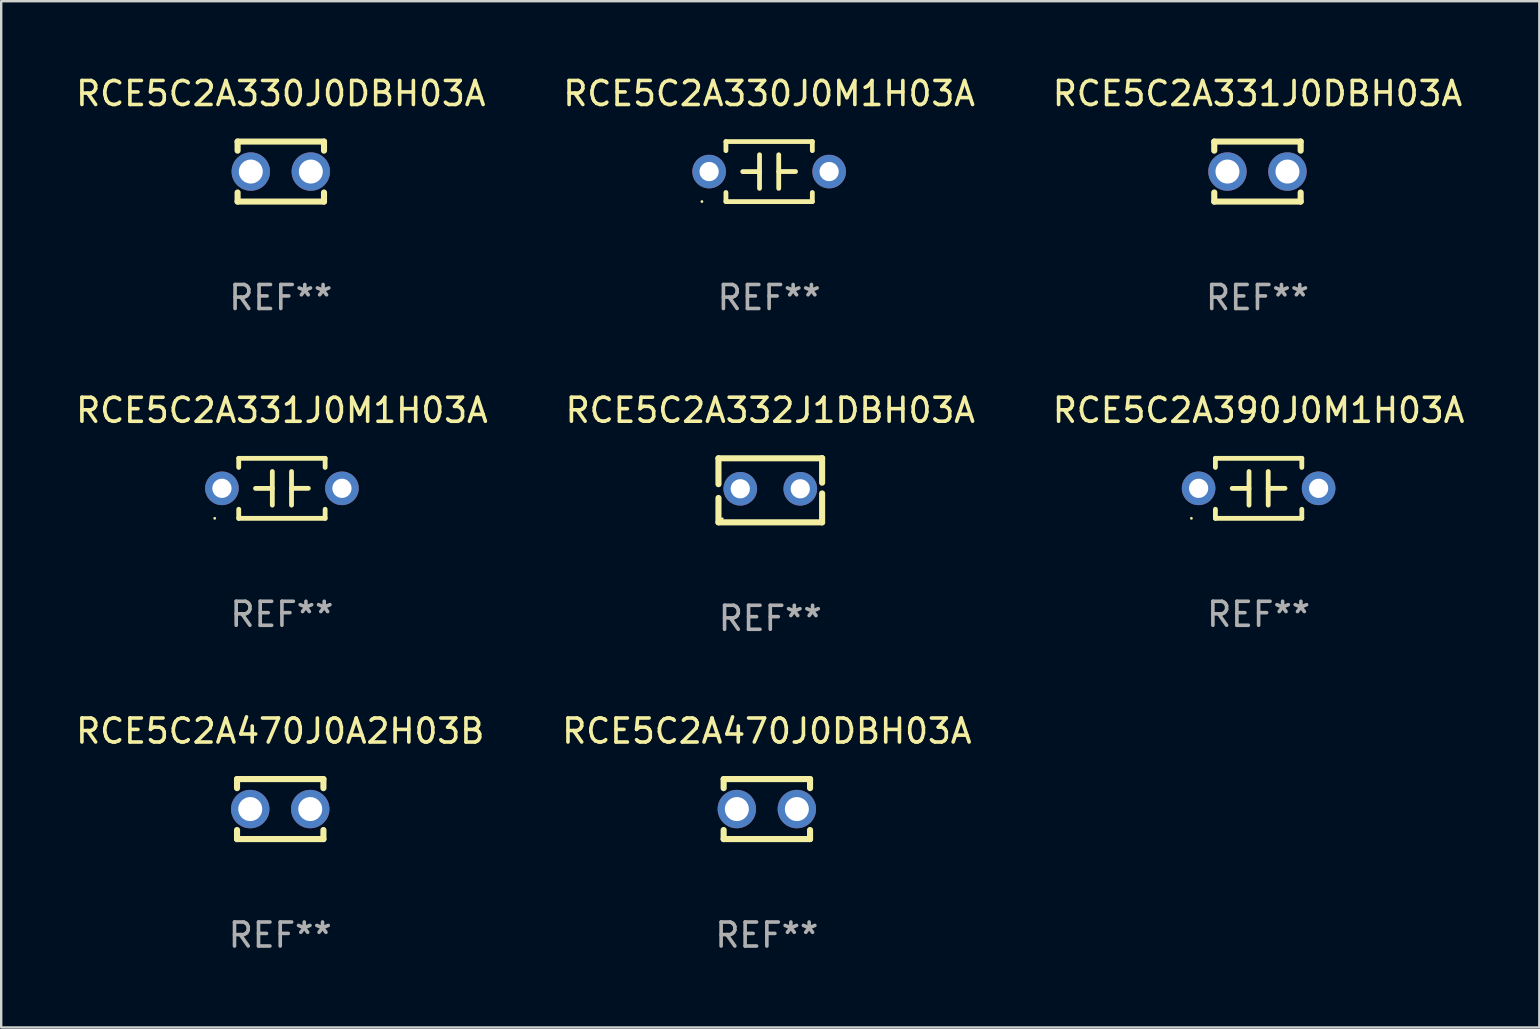
<source format=kicad_pcb>
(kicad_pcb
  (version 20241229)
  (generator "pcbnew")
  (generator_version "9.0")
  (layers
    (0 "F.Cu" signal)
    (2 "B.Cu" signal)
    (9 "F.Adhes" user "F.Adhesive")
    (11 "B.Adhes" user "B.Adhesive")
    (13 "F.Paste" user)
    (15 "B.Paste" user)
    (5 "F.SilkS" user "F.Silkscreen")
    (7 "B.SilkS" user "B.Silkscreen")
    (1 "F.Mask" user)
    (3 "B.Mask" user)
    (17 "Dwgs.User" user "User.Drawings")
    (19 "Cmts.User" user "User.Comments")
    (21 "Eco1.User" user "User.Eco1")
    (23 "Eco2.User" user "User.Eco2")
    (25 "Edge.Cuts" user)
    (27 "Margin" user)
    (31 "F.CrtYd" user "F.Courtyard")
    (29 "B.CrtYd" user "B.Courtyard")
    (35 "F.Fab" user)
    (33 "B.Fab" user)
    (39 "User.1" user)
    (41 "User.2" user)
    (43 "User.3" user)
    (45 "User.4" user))
  (footprint "RCE5C2A470J0DBH03A"
    (layer "F.Cu")
    (at 28.899 30.658)
    (property "Reference" "RCE5C2A470J0DBH03A" (at 0 -3.25 0) (layer "F.SilkS") (effects (font (size 1 1) (thickness 0.15))))
    (attr through_hole)
    (fp_line (start -1.8 -1.25) (end -1.8 -0.872) (stroke (width 0.254) (type solid)) (layer "F.SilkS"))
    (fp_line (start -1.8 -1.25) (end 1.8 -1.25) (stroke (width 0.254) (type solid)) (layer "F.SilkS"))
    (fp_line (start -1.8 0.872) (end -1.8 1.25) (stroke (width 0.254) (type solid)) (layer "F.SilkS"))
    (fp_line (start -1.8 1.25) (end 1.8 1.25) (stroke (width 0.254) (type solid)) (layer "F.SilkS"))
    (fp_line (start 1.8 -1.25) (end 1.8 -0.872) (stroke (width 0.254) (type solid)) (layer "F.SilkS"))
    (fp_line (start 1.8 0.872) (end 1.8 1.25) (stroke (width 0.254) (type solid)) (layer "F.SilkS"))
    (fp_circle (center -1.8 1.25) (end -1.77 1.25) (stroke (width 0.06) (type solid)) (fill no) (layer "F.SilkS"))
    (fp_text user "REF**" (at 0 5.25 0) (layer "F.Fab") (effects (font (size 1 1) (thickness 0.15))))
    (pad "1" thru_hole circle (at -1.25 0) (size 1.6 1.6) (drill 1) (layers "*.Cu" "*.Mask"))
    (pad "2" thru_hole circle (at 1.25 0) (size 1.6 1.6) (drill 1) (layers "*.Cu" "*.Mask")))
  (footprint "RCE5C2A332J1DBH03A"
    (layer "F.Cu")
    (at 29.042 17.378)
    (property "Reference" "RCE5C2A332J1DBH03A" (at 0 -3.334 0) (layer "F.SilkS") (effects (font (size 1 1) (thickness 0.15))))
    (attr through_hole)
    (fp_line (start -2.159 -1.334) (end 2.159 -1.334) (stroke (width 0.254) (type solid)) (layer "F.SilkS"))
    (fp_line (start -2.159 -0.256) (end -2.159 -1.334) (stroke (width 0.254) (type solid)) (layer "F.SilkS"))
    (fp_line (start -2.159 1.334) (end -2.159 0.318) (stroke (width 0.254) (type solid)) (layer "F.SilkS"))
    (fp_line (start 2.159 -1.334) (end 2.159 -1.334) (stroke (width 0.254) (type solid)) (layer "F.SilkS"))
    (fp_line (start 2.159 -1.334) (end 2.159 -0.318) (stroke (width 0.254) (type solid)) (layer "F.SilkS"))
    (fp_line (start 2.159 0.129) (end 2.159 1.334) (stroke (width 0.254) (type solid)) (layer "F.SilkS"))
    (fp_line (start 2.159 1.334) (end -2.159 1.334) (stroke (width 0.254) (type solid)) (layer "F.SilkS"))
    (fp_circle (center -2 1.186) (end -1.97 1.186) (stroke (width 0.06) (type solid)) (fill no) (layer "F.SilkS"))
    (fp_text user "REF**" (at 0 5.334 0) (layer "F.Fab") (effects (font (size 1 1) (thickness 0.15))))
    (pad "1" thru_hole circle (at -1.25 -0.064) (size 1.4 1.4) (drill 0.8) (layers "*.Cu" "*.Mask"))
    (pad "2" thru_hole circle (at 1.25 -0.064) (size 1.4 1.4) (drill 0.8) (layers "*.Cu" "*.Mask")))
  (footprint "RCE5C2A330J0M1H03A"
    (layer "F.Cu")
    (at 28.994 4.098)
    (property "Reference" "RCE5C2A330J0M1H03A" (at 0 -3.25 0) (layer "F.SilkS") (effects (font (size 1 1) (thickness 0.15))))
    (attr through_hole)
    (fp_line (start -1.8 -1.25) (end -1.8 -0.872) (stroke (width 0.2) (type solid)) (layer "F.SilkS"))
    (fp_line (start -1.8 -1.25) (end 1.8 -1.25) (stroke (width 0.2) (type solid)) (layer "F.SilkS"))
    (fp_line (start -1.8 0.872) (end -1.8 1.25) (stroke (width 0.2) (type solid)) (layer "F.SilkS"))
    (fp_line (start -1.8 1.25) (end 1.8 1.25) (stroke (width 0.2) (type solid)) (layer "F.SilkS"))
    (fp_line (start -0.4 -0.7) (end -0.4 0.7) (stroke (width 0.2) (type solid)) (layer "F.SilkS"))
    (fp_line (start -0.4 0.002) (end -1.1 0.002) (stroke (width 0.2) (type solid)) (layer "F.SilkS"))
    (fp_line (start 0.4 -0.001) (end 1.1 -0.001) (stroke (width 0.2) (type solid)) (layer "F.SilkS"))
    (fp_line (start 0.4 0.7) (end 0.4 -0.7) (stroke (width 0.2) (type solid)) (layer "F.SilkS"))
    (fp_line (start 1.8 -1.25) (end 1.8 -0.872) (stroke (width 0.2) (type solid)) (layer "F.SilkS"))
    (fp_line (start 1.8 0.872) (end 1.8 1.25) (stroke (width 0.2) (type solid)) (layer "F.SilkS"))
    (fp_circle (center -2.8 1.25) (end -2.77 1.25) (stroke (width 0.06) (type solid)) (fill no) (layer "F.SilkS"))
    (fp_text user "REF**" (at 0 5.25 0) (layer "F.Fab") (effects (font (size 1 1) (thickness 0.15))))
    (pad "1" thru_hole circle (at -2.5 0) (size 1.4 1.4) (drill 0.8) (layers "*.Cu" "*.Mask"))
    (pad "2" thru_hole circle (at 2.5 0) (size 1.4 1.4) (drill 0.8) (layers "*.Cu" "*.Mask")))
  (footprint "RCE5C2A330J0DBH03A"
    (layer "F.Cu")
    (at 8.649 4.098)
    (property "Reference" "RCE5C2A330J0DBH03A" (at 0 -3.25 0) (layer "F.SilkS") (effects (font (size 1 1) (thickness 0.15))))
    (attr through_hole)
    (fp_line (start -1.8 -1.25) (end -1.8 -0.872) (stroke (width 0.254) (type solid)) (layer "F.SilkS"))
    (fp_line (start -1.8 -1.25) (end 1.8 -1.25) (stroke (width 0.254) (type solid)) (layer "F.SilkS"))
    (fp_line (start -1.8 0.872) (end -1.8 1.25) (stroke (width 0.254) (type solid)) (layer "F.SilkS"))
    (fp_line (start -1.8 1.25) (end 1.8 1.25) (stroke (width 0.254) (type solid)) (layer "F.SilkS"))
    (fp_line (start 1.8 -1.25) (end 1.8 -0.872) (stroke (width 0.254) (type solid)) (layer "F.SilkS"))
    (fp_line (start 1.8 0.872) (end 1.8 1.25) (stroke (width 0.254) (type solid)) (layer "F.SilkS"))
    (fp_circle (center -1.8 1.25) (end -1.77 1.25) (stroke (width 0.06) (type solid)) (fill no) (layer "F.SilkS"))
    (fp_text user "REF**" (at 0 5.25 0) (layer "F.Fab") (effects (font (size 1 1) (thickness 0.15))))
    (pad "1" thru_hole circle (at -1.25 0) (size 1.6 1.6) (drill 1) (layers "*.Cu" "*.Mask"))
    (pad "2" thru_hole circle (at 1.25 0) (size 1.6 1.6) (drill 1) (layers "*.Cu" "*.Mask")))
  (footprint "RCE5C2A390J0M1H03A"
    (layer "F.Cu")
    (at 49.387 17.295)
    (property "Reference" "RCE5C2A390J0M1H03A" (at 0 -3.25 0) (layer "F.SilkS") (effects (font (size 1 1) (thickness 0.15))))
    (attr through_hole)
    (fp_line (start -1.8 -1.25) (end -1.8 -0.872) (stroke (width 0.2) (type solid)) (layer "F.SilkS"))
    (fp_line (start -1.8 -1.25) (end 1.8 -1.25) (stroke (width 0.2) (type solid)) (layer "F.SilkS"))
    (fp_line (start -1.8 0.872) (end -1.8 1.25) (stroke (width 0.2) (type solid)) (layer "F.SilkS"))
    (fp_line (start -1.8 1.25) (end 1.8 1.25) (stroke (width 0.2) (type solid)) (layer "F.SilkS"))
    (fp_line (start -0.4 -0.7) (end -0.4 0.7) (stroke (width 0.2) (type solid)) (layer "F.SilkS"))
    (fp_line (start -0.4 0.002) (end -1.1 0.002) (stroke (width 0.2) (type solid)) (layer "F.SilkS"))
    (fp_line (start 0.4 -0.001) (end 1.1 -0.001) (stroke (width 0.2) (type solid)) (layer "F.SilkS"))
    (fp_line (start 0.4 0.7) (end 0.4 -0.7) (stroke (width 0.2) (type solid)) (layer "F.SilkS"))
    (fp_line (start 1.8 -1.25) (end 1.8 -0.872) (stroke (width 0.2) (type solid)) (layer "F.SilkS"))
    (fp_line (start 1.8 0.872) (end 1.8 1.25) (stroke (width 0.2) (type solid)) (layer "F.SilkS"))
    (fp_circle (center -2.8 1.25) (end -2.77 1.25) (stroke (width 0.06) (type solid)) (fill no) (layer "F.SilkS"))
    (fp_text user "REF**" (at 0 5.25 0) (layer "F.Fab") (effects (font (size 1 1) (thickness 0.15))))
    (pad "1" thru_hole circle (at -2.5 0) (size 1.4 1.4) (drill 0.8) (layers "*.Cu" "*.Mask"))
    (pad "2" thru_hole circle (at 2.5 0) (size 1.4 1.4) (drill 0.8) (layers "*.Cu" "*.Mask")))
  (footprint "RCE5C2A331J0DBH03A"
    (layer "F.Cu")
    (at 49.339 4.098)
    (property "Reference" "RCE5C2A331J0DBH03A" (at 0 -3.25 0) (layer "F.SilkS") (effects (font (size 1 1) (thickness 0.15))))
    (attr through_hole)
    (fp_line (start -1.8 -1.25) (end -1.8 -0.872) (stroke (width 0.254) (type solid)) (layer "F.SilkS"))
    (fp_line (start -1.8 -1.25) (end 1.8 -1.25) (stroke (width 0.254) (type solid)) (layer "F.SilkS"))
    (fp_line (start -1.8 0.872) (end -1.8 1.25) (stroke (width 0.254) (type solid)) (layer "F.SilkS"))
    (fp_line (start -1.8 1.25) (end 1.8 1.25) (stroke (width 0.254) (type solid)) (layer "F.SilkS"))
    (fp_line (start 1.8 -1.25) (end 1.8 -0.872) (stroke (width 0.254) (type solid)) (layer "F.SilkS"))
    (fp_line (start 1.8 0.872) (end 1.8 1.25) (stroke (width 0.254) (type solid)) (layer "F.SilkS"))
    (fp_circle (center -1.8 1.25) (end -1.77 1.25) (stroke (width 0.06) (type solid)) (fill no) (layer "F.SilkS"))
    (fp_text user "REF**" (at 0 5.25 0) (layer "F.Fab") (effects (font (size 1 1) (thickness 0.15))))
    (pad "1" thru_hole circle (at -1.25 0) (size 1.6 1.6) (drill 1) (layers "*.Cu" "*.Mask"))
    (pad "2" thru_hole circle (at 1.25 0) (size 1.6 1.6) (drill 1) (layers "*.Cu" "*.Mask")))
  (footprint "RCE5C2A470J0A2H03B"
    (layer "F.Cu")
    (at 8.625 30.658)
    (property "Reference" "RCE5C2A470J0A2H03B" (at 0 -3.25 0) (layer "F.SilkS") (effects (font (size 1 1) (thickness 0.15))))
    (attr through_hole)
    (fp_line (start -1.8 -1.25) (end -1.8 -0.872) (stroke (width 0.254) (type solid)) (layer "F.SilkS"))
    (fp_line (start -1.8 -1.25) (end 1.8 -1.25) (stroke (width 0.254) (type solid)) (layer "F.SilkS"))
    (fp_line (start -1.8 0.872) (end -1.8 1.25) (stroke (width 0.254) (type solid)) (layer "F.SilkS"))
    (fp_line (start -1.8 1.25) (end 1.8 1.25) (stroke (width 0.254) (type solid)) (layer "F.SilkS"))
    (fp_line (start 1.8 -1.25) (end 1.8 -0.872) (stroke (width 0.254) (type solid)) (layer "F.SilkS"))
    (fp_line (start 1.8 0.872) (end 1.8 1.25) (stroke (width 0.254) (type solid)) (layer "F.SilkS"))
    (fp_circle (center -1.8 1.25) (end -1.77 1.25) (stroke (width 0.06) (type solid)) (fill no) (layer "F.SilkS"))
    (fp_text user "REF**" (at 0 5.25 0) (layer "F.Fab") (effects (font (size 1 1) (thickness 0.15))))
    (pad "1" thru_hole circle (at -1.25 0) (size 1.6 1.6) (drill 1) (layers "*.Cu" "*.Mask"))
    (pad "2" thru_hole circle (at 1.25 0) (size 1.6 1.6) (drill 1) (layers "*.Cu" "*.Mask")))
  (footprint "RCE5C2A331J0M1H03A"
    (layer "F.Cu")
    (at 8.696 17.295)
    (property "Reference" "RCE5C2A331J0M1H03A" (at 0 -3.25 0) (layer "F.SilkS") (effects (font (size 1 1) (thickness 0.15))))
    (attr through_hole)
    (fp_line (start -1.8 -1.25) (end -1.8 -0.872) (stroke (width 0.2) (type solid)) (layer "F.SilkS"))
    (fp_line (start -1.8 -1.25) (end 1.8 -1.25) (stroke (width 0.2) (type solid)) (layer "F.SilkS"))
    (fp_line (start -1.8 0.872) (end -1.8 1.25) (stroke (width 0.2) (type solid)) (layer "F.SilkS"))
    (fp_line (start -1.8 1.25) (end 1.8 1.25) (stroke (width 0.2) (type solid)) (layer "F.SilkS"))
    (fp_line (start -0.4 -0.7) (end -0.4 0.7) (stroke (width 0.2) (type solid)) (layer "F.SilkS"))
    (fp_line (start -0.4 0.002) (end -1.1 0.002) (stroke (width 0.2) (type solid)) (layer "F.SilkS"))
    (fp_line (start 0.4 -0.001) (end 1.1 -0.001) (stroke (width 0.2) (type solid)) (layer "F.SilkS"))
    (fp_line (start 0.4 0.7) (end 0.4 -0.7) (stroke (width 0.2) (type solid)) (layer "F.SilkS"))
    (fp_line (start 1.8 -1.25) (end 1.8 -0.872) (stroke (width 0.2) (type solid)) (layer "F.SilkS"))
    (fp_line (start 1.8 0.872) (end 1.8 1.25) (stroke (width 0.2) (type solid)) (layer "F.SilkS"))
    (fp_circle (center -2.8 1.25) (end -2.77 1.25) (stroke (width 0.06) (type solid)) (fill no) (layer "F.SilkS"))
    (fp_text user "REF**" (at 0 5.25 0) (layer "F.Fab") (effects (font (size 1 1) (thickness 0.15))))
    (pad "1" thru_hole circle (at -2.5 0) (size 1.4 1.4) (drill 0.8) (layers "*.Cu" "*.Mask"))
    (pad "2" thru_hole circle (at 2.5 0) (size 1.4 1.4) (drill 0.8) (layers "*.Cu" "*.Mask")))
  (gr_rect
    (start -3 -3)
    (end 61.083 39.757)
    (stroke (width 0.1) (type default))
    (fill no)
    (layer "Edge.Cuts")))
</source>
